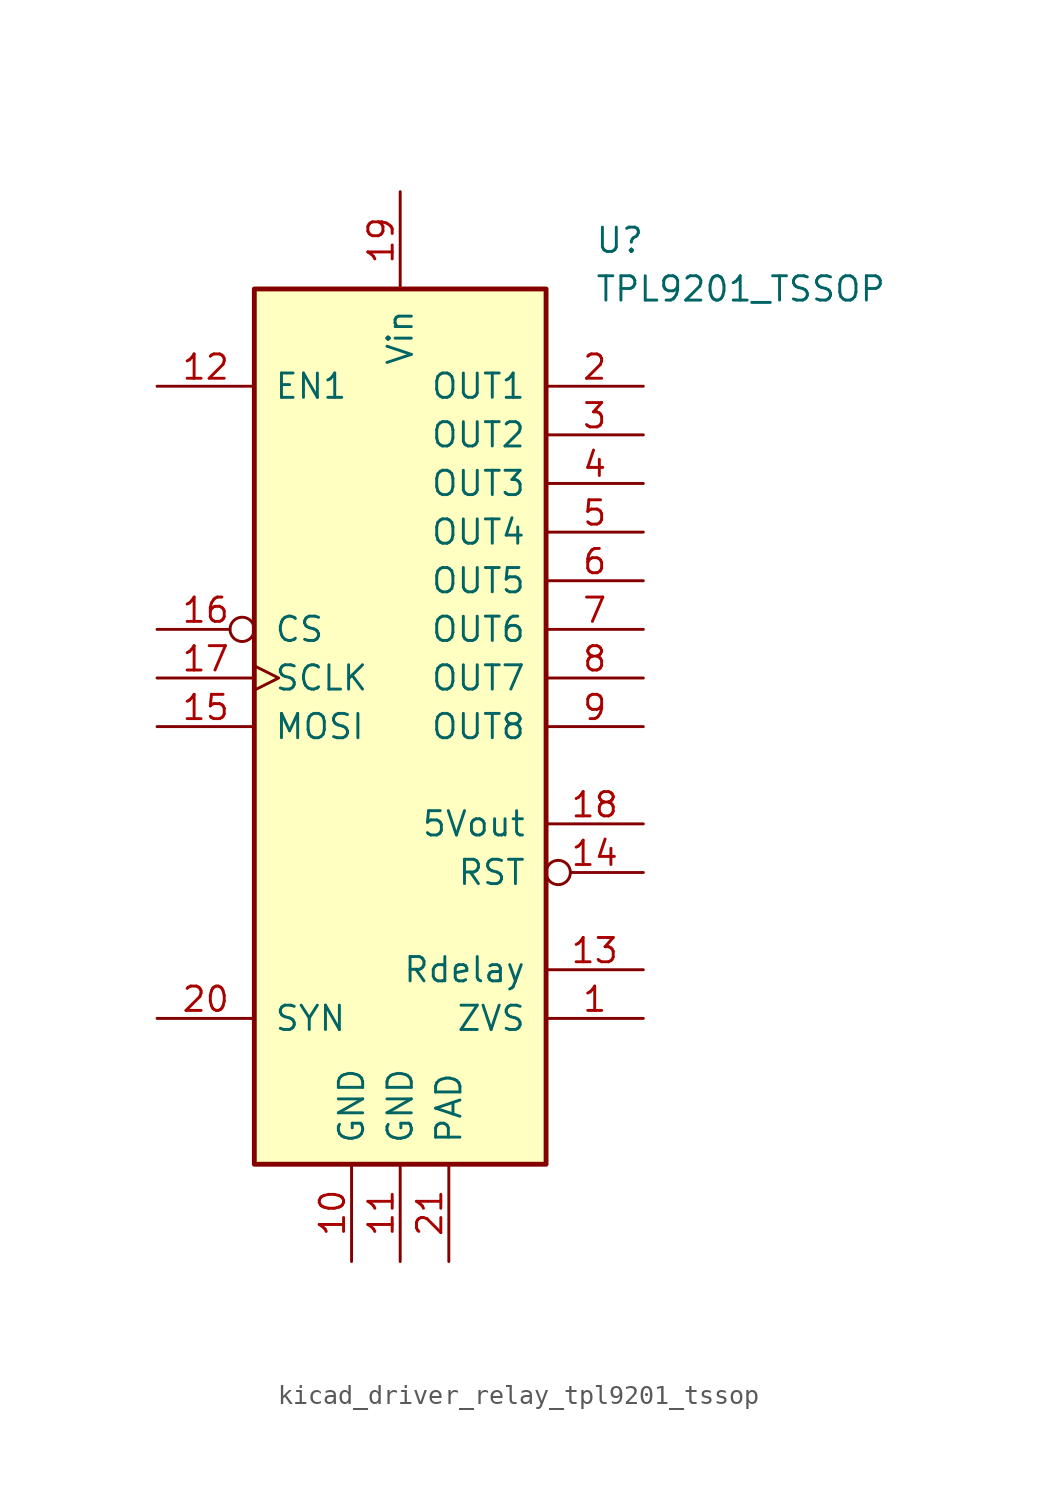
<source format=kicad_sym>
(kicad_symbol_lib
  (version 20220914)
  (generator kicad_symbol_editor)
  (symbol "kicad_driver_relay_tpl9201_tssop"
    (pin_names
      (offset 1.016))
    (property "Reference" "U"
      (at 10.16 17.78 0)
      (effects (font (size 1.27 1.27)) (justify left)))
    (property "Value" "TPL9201_TSSOP"
      (at 10.16 15.24 0)
      (effects (font (size 1.27 1.27)) (justify left)))
    (symbol "kicad_driver_relay_tpl9201_tssop_0_1"
      (rectangle (start -7.62 15.24) (end 7.62 -30.48) (stroke (width 0.254) (type default)) (fill (type background))))
    (symbol "kicad_driver_relay_tpl9201_tssop_1_1"
      (pin output line (at 12.7 -22.86 180) (length 5.08) (name "ZVS" (effects (font (size 1.27 1.27)))) (number "1" (effects (font (size 1.27 1.27)))))
      (pin power_in line (at -2.54 -35.56 90) (length 5.08) (name "GND" (effects (font (size 1.27 1.27)))) (number "10" (effects (font (size 1.27 1.27)))))
      (pin power_in line (at 0 -35.56 90) (length 5.08) (name "GND" (effects (font (size 1.27 1.27)))) (number "11" (effects (font (size 1.27 1.27)))))
      (pin input line (at -12.7 10.16 0) (length 5.08) (name "EN1" (effects (font (size 1.27 1.27)))) (number "12" (effects (font (size 1.27 1.27)))))
      (pin output line (at 12.7 -20.32 180) (length 5.08) (name "Rdelay" (effects (font (size 1.27 1.27)))) (number "13" (effects (font (size 1.27 1.27)))))
      (pin bidirectional inverted (at 12.7 -15.24 180) (length 5.08) (name "RST" (effects (font (size 1.27 1.27)))) (number "14" (effects (font (size 1.27 1.27)))))
      (pin input line (at -12.7 -7.62 0) (length 5.08) (name "MOSI" (effects (font (size 1.27 1.27)))) (number "15" (effects (font (size 1.27 1.27)))))
      (pin input inverted (at -12.7 -2.54 0) (length 5.08) (name "CS" (effects (font (size 1.27 1.27)))) (number "16" (effects (font (size 1.27 1.27)))))
      (pin input clock (at -12.7 -5.08 0) (length 5.08) (name "SCLK" (effects (font (size 1.27 1.27)))) (number "17" (effects (font (size 1.27 1.27)))))
      (pin power_out line (at 12.7 -12.7 180) (length 5.08) (name "5Vout" (effects (font (size 1.27 1.27)))) (number "18" (effects (font (size 1.27 1.27)))))
      (pin power_in line (at 0 20.32 270) (length 5.08) (name "Vin" (effects (font (size 1.27 1.27)))) (number "19" (effects (font (size 1.27 1.27)))))
      (pin output line (at 12.7 10.16 180) (length 5.08) (name "OUT1" (effects (font (size 1.27 1.27)))) (number "2" (effects (font (size 1.27 1.27)))))
      (pin input line (at -12.7 -22.86 0) (length 5.08) (name "SYN" (effects (font (size 1.27 1.27)))) (number "20" (effects (font (size 1.27 1.27)))))
      (pin power_in line (at 2.54 -35.56 90) (length 5.08) (name "PAD" (effects (font (size 1.27 1.27)))) (number "21" (effects (font (size 1.27 1.27)))))
      (pin output line (at 12.7 7.62 180) (length 5.08) (name "OUT2" (effects (font (size 1.27 1.27)))) (number "3" (effects (font (size 1.27 1.27)))))
      (pin output line (at 12.7 5.08 180) (length 5.08) (name "OUT3" (effects (font (size 1.27 1.27)))) (number "4" (effects (font (size 1.27 1.27)))))
      (pin output line (at 12.7 2.54 180) (length 5.08) (name "OUT4" (effects (font (size 1.27 1.27)))) (number "5" (effects (font (size 1.27 1.27)))))
      (pin output line (at 12.7 0 180) (length 5.08) (name "OUT5" (effects (font (size 1.27 1.27)))) (number "6" (effects (font (size 1.27 1.27)))))
      (pin output line (at 12.7 -2.54 180) (length 5.08) (name "OUT6" (effects (font (size 1.27 1.27)))) (number "7" (effects (font (size 1.27 1.27)))))
      (pin output line (at 12.7 -5.08 180) (length 5.08) (name "OUT7" (effects (font (size 1.27 1.27)))) (number "8" (effects (font (size 1.27 1.27)))))
      (pin output line (at 12.7 -7.62 180) (length 5.08) (name "OUT8" (effects (font (size 1.27 1.27)))) (number "9" (effects (font (size 1.27 1.27))))))))
</source>
